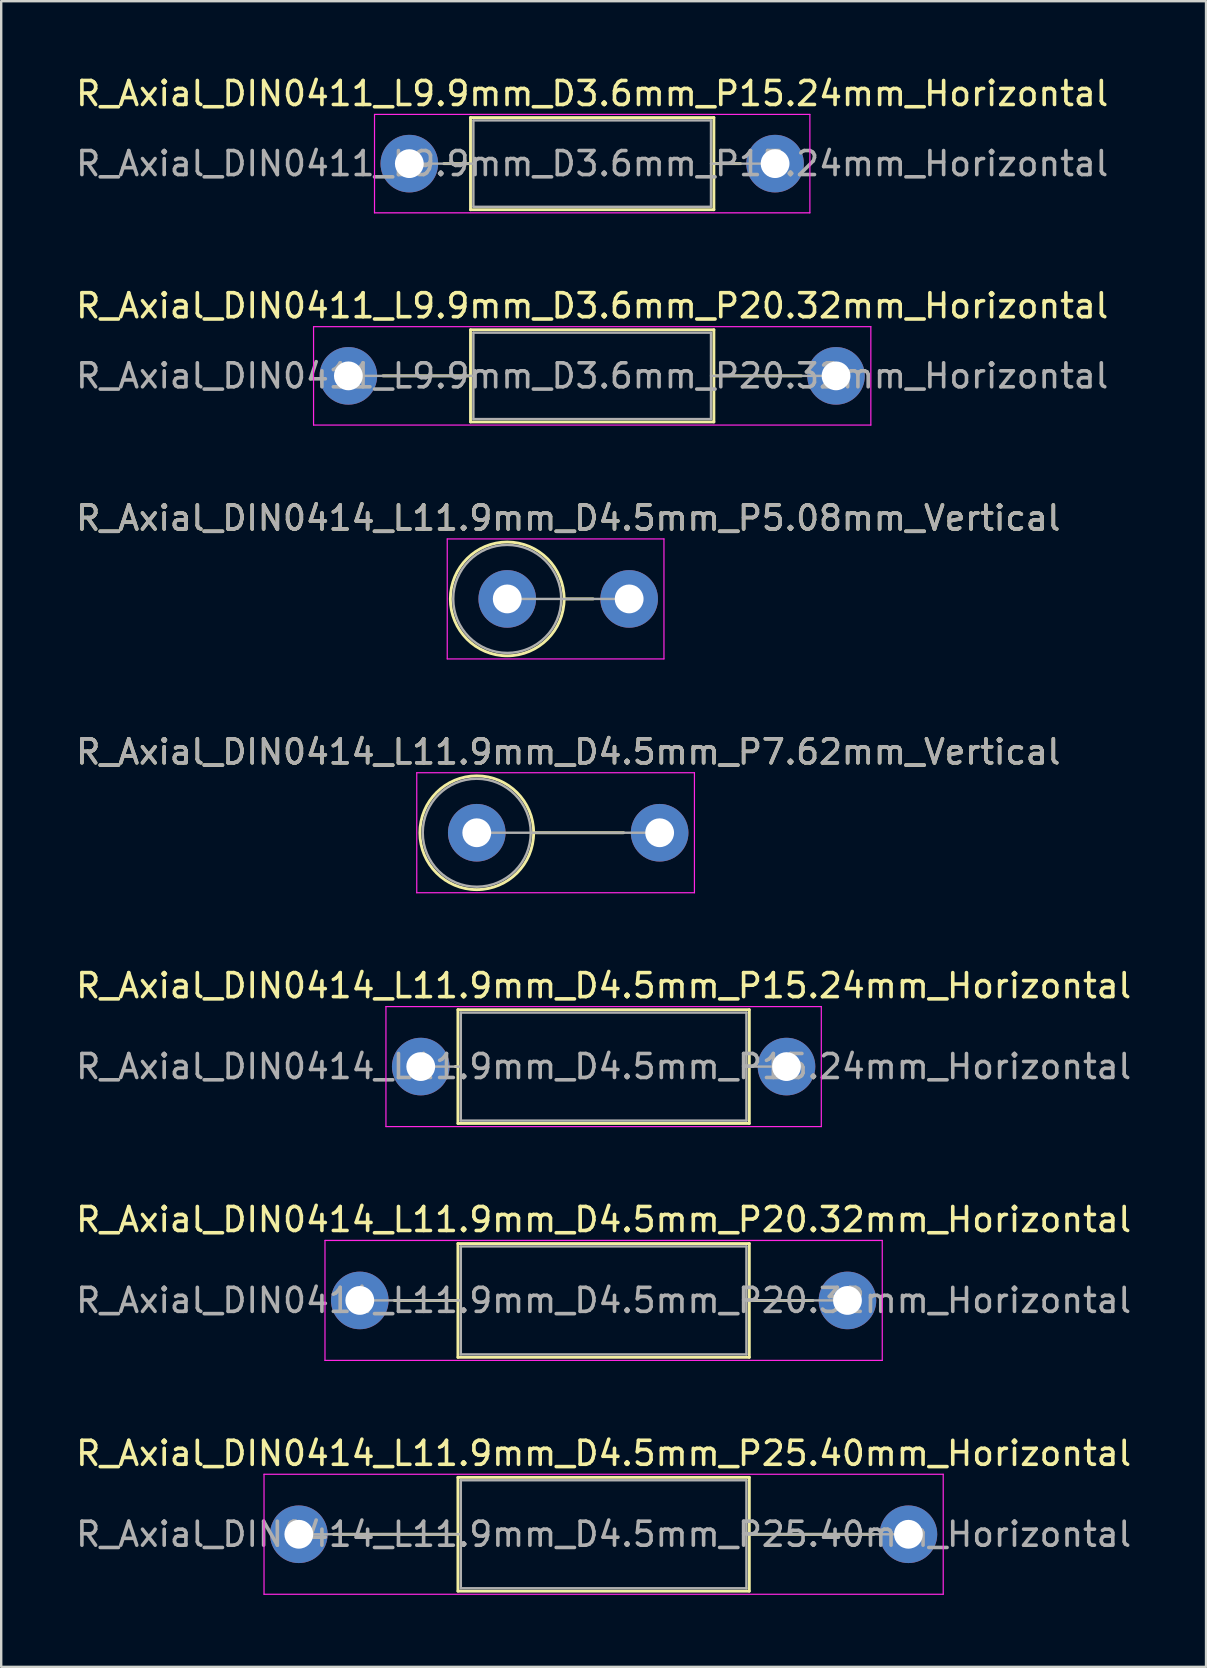
<source format=kicad_pcb>
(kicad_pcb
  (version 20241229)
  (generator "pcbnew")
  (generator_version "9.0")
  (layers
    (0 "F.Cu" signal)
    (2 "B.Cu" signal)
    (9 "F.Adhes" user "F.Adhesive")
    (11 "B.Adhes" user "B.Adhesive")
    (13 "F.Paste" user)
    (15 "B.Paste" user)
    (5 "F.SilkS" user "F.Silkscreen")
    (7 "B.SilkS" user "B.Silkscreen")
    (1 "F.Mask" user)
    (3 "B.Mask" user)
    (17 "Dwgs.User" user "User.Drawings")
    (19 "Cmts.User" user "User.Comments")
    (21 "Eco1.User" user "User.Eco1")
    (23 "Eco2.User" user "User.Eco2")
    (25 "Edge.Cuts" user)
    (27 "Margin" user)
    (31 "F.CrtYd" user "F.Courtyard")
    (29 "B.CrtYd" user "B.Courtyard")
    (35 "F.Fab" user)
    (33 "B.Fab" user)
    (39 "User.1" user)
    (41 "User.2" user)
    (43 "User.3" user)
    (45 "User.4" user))
  (footprint "R_Axial_DIN0411_L9.9mm_D3.6mm_P15.24mm_Horizontal"
    (layer "F.Cu")
    (at 14.005 3.768)
    (property "Reference" "R_Axial_DIN0411_L9.9mm_D3.6mm_P15.24mm_Horizontal" (at 7.62 -2.92 0) (layer "F.SilkS") (effects (font (size 1 1) (thickness 0.15))))
    (attr through_hole)
    (fp_line (start 1.44 0) (end 2.55 0) (stroke (width 0.12) (type solid)) (layer "F.SilkS"))
    (fp_line (start 2.55 -1.92) (end 2.55 1.92) (stroke (width 0.12) (type solid)) (layer "F.SilkS"))
    (fp_line (start 2.55 1.92) (end 12.69 1.92) (stroke (width 0.12) (type solid)) (layer "F.SilkS"))
    (fp_line (start 12.69 -1.92) (end 2.55 -1.92) (stroke (width 0.12) (type solid)) (layer "F.SilkS"))
    (fp_line (start 12.69 1.92) (end 12.69 -1.92) (stroke (width 0.12) (type solid)) (layer "F.SilkS"))
    (fp_line (start 13.8 0) (end 12.69 0) (stroke (width 0.12) (type solid)) (layer "F.SilkS"))
    (fp_line (start -1.45 -2.05) (end -1.45 2.05) (stroke (width 0.05) (type solid)) (layer "F.CrtYd"))
    (fp_line (start -1.45 2.05) (end 16.69 2.05) (stroke (width 0.05) (type solid)) (layer "F.CrtYd"))
    (fp_line (start 16.69 -2.05) (end -1.45 -2.05) (stroke (width 0.05) (type solid)) (layer "F.CrtYd"))
    (fp_line (start 16.69 2.05) (end 16.69 -2.05) (stroke (width 0.05) (type solid)) (layer "F.CrtYd"))
    (fp_line (start 0 0) (end 2.67 0) (stroke (width 0.1) (type solid)) (layer "F.Fab"))
    (fp_line (start 2.67 -1.8) (end 2.67 1.8) (stroke (width 0.1) (type solid)) (layer "F.Fab"))
    (fp_line (start 2.67 1.8) (end 12.57 1.8) (stroke (width 0.1) (type solid)) (layer "F.Fab"))
    (fp_line (start 12.57 -1.8) (end 2.67 -1.8) (stroke (width 0.1) (type solid)) (layer "F.Fab"))
    (fp_line (start 12.57 1.8) (end 12.57 -1.8) (stroke (width 0.1) (type solid)) (layer "F.Fab"))
    (fp_line (start 15.24 0) (end 12.57 0) (stroke (width 0.1) (type solid)) (layer "F.Fab"))
    (fp_text user "${REFERENCE}" (at 7.62 0 0) (layer "F.Fab") (effects (font (size 1 1) (thickness 0.15))))
    (pad "1" thru_hole circle (at 0 0) (size 2.4 2.4) (drill 1.2) (layers "*.Cu" "*.Mask"))
    (pad "2" thru_hole oval (at 15.24 0) (size 2.4 2.4) (drill 1.2) (layers "*.Cu" "*.Mask")))
  (footprint "R_Axial_DIN0414_L11.9mm_D4.5mm_P15.24mm_Horizontal"
    (layer "F.Cu")
    (at 14.481 41.391)
    (property "Reference" "R_Axial_DIN0414_L11.9mm_D4.5mm_P15.24mm_Horizontal" (at 7.62 -3.37 0) (layer "F.SilkS") (effects (font (size 1 1) (thickness 0.15))))
    (attr through_hole)
    (fp_line (start 1.44 0) (end 1.55 0) (stroke (width 0.12) (type solid)) (layer "F.SilkS"))
    (fp_line (start 1.55 -2.37) (end 1.55 2.37) (stroke (width 0.12) (type solid)) (layer "F.SilkS"))
    (fp_line (start 1.55 2.37) (end 13.69 2.37) (stroke (width 0.12) (type solid)) (layer "F.SilkS"))
    (fp_line (start 13.69 -2.37) (end 1.55 -2.37) (stroke (width 0.12) (type solid)) (layer "F.SilkS"))
    (fp_line (start 13.69 2.37) (end 13.69 -2.37) (stroke (width 0.12) (type solid)) (layer "F.SilkS"))
    (fp_line (start 13.8 0) (end 13.69 0) (stroke (width 0.12) (type solid)) (layer "F.SilkS"))
    (fp_line (start -1.45 -2.5) (end -1.45 2.5) (stroke (width 0.05) (type solid)) (layer "F.CrtYd"))
    (fp_line (start -1.45 2.5) (end 16.69 2.5) (stroke (width 0.05) (type solid)) (layer "F.CrtYd"))
    (fp_line (start 16.69 -2.5) (end -1.45 -2.5) (stroke (width 0.05) (type solid)) (layer "F.CrtYd"))
    (fp_line (start 16.69 2.5) (end 16.69 -2.5) (stroke (width 0.05) (type solid)) (layer "F.CrtYd"))
    (fp_line (start 0 0) (end 1.67 0) (stroke (width 0.1) (type solid)) (layer "F.Fab"))
    (fp_line (start 1.67 -2.25) (end 1.67 2.25) (stroke (width 0.1) (type solid)) (layer "F.Fab"))
    (fp_line (start 1.67 2.25) (end 13.57 2.25) (stroke (width 0.1) (type solid)) (layer "F.Fab"))
    (fp_line (start 13.57 -2.25) (end 1.67 -2.25) (stroke (width 0.1) (type solid)) (layer "F.Fab"))
    (fp_line (start 13.57 2.25) (end 13.57 -2.25) (stroke (width 0.1) (type solid)) (layer "F.Fab"))
    (fp_line (start 15.24 0) (end 13.57 0) (stroke (width 0.1) (type solid)) (layer "F.Fab"))
    (fp_text user "${REFERENCE}" (at 7.62 0 0) (layer "F.Fab") (effects (font (size 1 1) (thickness 0.15))))
    (pad "1" thru_hole circle (at 0 0) (size 2.4 2.4) (drill 1.2) (layers "*.Cu" "*.Mask"))
    (pad "2" thru_hole oval (at 15.24 0) (size 2.4 2.4) (drill 1.2) (layers "*.Cu" "*.Mask")))
  (footprint "R_Axial_DIN0411_L9.9mm_D3.6mm_P20.32mm_Horizontal"
    (layer "F.Cu")
    (at 11.465 12.611)
    (property "Reference" "R_Axial_DIN0411_L9.9mm_D3.6mm_P20.32mm_Horizontal" (at 10.16 -2.92 0) (layer "F.SilkS") (effects (font (size 1 1) (thickness 0.15))))
    (attr through_hole)
    (fp_line (start 1.44 0) (end 5.09 0) (stroke (width 0.12) (type solid)) (layer "F.SilkS"))
    (fp_line (start 5.09 -1.92) (end 5.09 1.92) (stroke (width 0.12) (type solid)) (layer "F.SilkS"))
    (fp_line (start 5.09 1.92) (end 15.23 1.92) (stroke (width 0.12) (type solid)) (layer "F.SilkS"))
    (fp_line (start 15.23 -1.92) (end 5.09 -1.92) (stroke (width 0.12) (type solid)) (layer "F.SilkS"))
    (fp_line (start 15.23 1.92) (end 15.23 -1.92) (stroke (width 0.12) (type solid)) (layer "F.SilkS"))
    (fp_line (start 18.88 0) (end 15.23 0) (stroke (width 0.12) (type solid)) (layer "F.SilkS"))
    (fp_line (start -1.45 -2.05) (end -1.45 2.05) (stroke (width 0.05) (type solid)) (layer "F.CrtYd"))
    (fp_line (start -1.45 2.05) (end 21.77 2.05) (stroke (width 0.05) (type solid)) (layer "F.CrtYd"))
    (fp_line (start 21.77 -2.05) (end -1.45 -2.05) (stroke (width 0.05) (type solid)) (layer "F.CrtYd"))
    (fp_line (start 21.77 2.05) (end 21.77 -2.05) (stroke (width 0.05) (type solid)) (layer "F.CrtYd"))
    (fp_line (start 0 0) (end 5.21 0) (stroke (width 0.1) (type solid)) (layer "F.Fab"))
    (fp_line (start 5.21 -1.8) (end 5.21 1.8) (stroke (width 0.1) (type solid)) (layer "F.Fab"))
    (fp_line (start 5.21 1.8) (end 15.11 1.8) (stroke (width 0.1) (type solid)) (layer "F.Fab"))
    (fp_line (start 15.11 -1.8) (end 5.21 -1.8) (stroke (width 0.1) (type solid)) (layer "F.Fab"))
    (fp_line (start 15.11 1.8) (end 15.11 -1.8) (stroke (width 0.1) (type solid)) (layer "F.Fab"))
    (fp_line (start 20.32 0) (end 15.11 0) (stroke (width 0.1) (type solid)) (layer "F.Fab"))
    (fp_text user "${REFERENCE}" (at 10.16 0 0) (layer "F.Fab") (effects (font (size 1 1) (thickness 0.15))))
    (pad "1" thru_hole circle (at 0 0) (size 2.4 2.4) (drill 1.2) (layers "*.Cu" "*.Mask"))
    (pad "2" thru_hole oval (at 20.32 0) (size 2.4 2.4) (drill 1.2) (layers "*.Cu" "*.Mask")))
  (footprint "R_Axial_DIN0414_L11.9mm_D4.5mm_P5.08mm_Vertical"
    (layer "F.Cu")
    (at 18.085 21.905)
    (property "Reference" "R_Axial_DIN0414_L11.9mm_D4.5mm_P5.08mm_Vertical" (at 2.54 -3.37 0) (layer "F.SilkS") (effects (font (size 1 1) (thickness 0.15))))
    (attr through_hole)
    (fp_line (start 2.37 0) (end 3.58 0) (stroke (width 0.12) (type solid)) (layer "F.SilkS"))
    (fp_circle (center 0 0) (end 2.37 0) (stroke (width 0.12) (type solid)) (fill no) (layer "F.SilkS"))
    (fp_line (start -2.5 -2.5) (end -2.5 2.5) (stroke (width 0.05) (type solid)) (layer "F.CrtYd"))
    (fp_line (start -2.5 2.5) (end 6.53 2.5) (stroke (width 0.05) (type solid)) (layer "F.CrtYd"))
    (fp_line (start 6.53 -2.5) (end -2.5 -2.5) (stroke (width 0.05) (type solid)) (layer "F.CrtYd"))
    (fp_line (start 6.53 2.5) (end 6.53 -2.5) (stroke (width 0.05) (type solid)) (layer "F.CrtYd"))
    (fp_line (start 0 0) (end 5.08 0) (stroke (width 0.1) (type solid)) (layer "F.Fab"))
    (fp_circle (center 0 0) (end 2.25 0) (stroke (width 0.1) (type solid)) (fill no) (layer "F.Fab"))
    (fp_text user "${REFERENCE}" (at 2.54 -3.37 0) (layer "F.Fab") (effects (font (size 1 1) (thickness 0.15))))
    (pad "1" thru_hole circle (at 0 0) (size 2.4 2.4) (drill 1.2) (layers "*.Cu" "*.Mask"))
    (pad "2" thru_hole oval (at 5.08 0) (size 2.4 2.4) (drill 1.2) (layers "*.Cu" "*.Mask")))
  (footprint "R_Axial_DIN0414_L11.9mm_D4.5mm_P7.62mm_Vertical"
    (layer "F.Cu")
    (at 16.815 31.648)
    (property "Reference" "R_Axial_DIN0414_L11.9mm_D4.5mm_P7.62mm_Vertical" (at 3.81 -3.37 0) (layer "F.SilkS") (effects (font (size 1 1) (thickness 0.15))))
    (attr through_hole)
    (fp_line (start 2.37 0) (end 6.12 0) (stroke (width 0.12) (type solid)) (layer "F.SilkS"))
    (fp_circle (center 0 0) (end 2.37 0) (stroke (width 0.12) (type solid)) (fill no) (layer "F.SilkS"))
    (fp_line (start -2.5 -2.5) (end -2.5 2.5) (stroke (width 0.05) (type solid)) (layer "F.CrtYd"))
    (fp_line (start -2.5 2.5) (end 9.07 2.5) (stroke (width 0.05) (type solid)) (layer "F.CrtYd"))
    (fp_line (start 9.07 -2.5) (end -2.5 -2.5) (stroke (width 0.05) (type solid)) (layer "F.CrtYd"))
    (fp_line (start 9.07 2.5) (end 9.07 -2.5) (stroke (width 0.05) (type solid)) (layer "F.CrtYd"))
    (fp_line (start 0 0) (end 7.62 0) (stroke (width 0.1) (type solid)) (layer "F.Fab"))
    (fp_circle (center 0 0) (end 2.25 0) (stroke (width 0.1) (type solid)) (fill no) (layer "F.Fab"))
    (fp_text user "${REFERENCE}" (at 3.81 -3.37 0) (layer "F.Fab") (effects (font (size 1 1) (thickness 0.15))))
    (pad "1" thru_hole circle (at 0 0) (size 2.4 2.4) (drill 1.2) (layers "*.Cu" "*.Mask"))
    (pad "2" thru_hole oval (at 7.62 0) (size 2.4 2.4) (drill 1.2) (layers "*.Cu" "*.Mask")))
  (footprint "R_Axial_DIN0414_L11.9mm_D4.5mm_P25.40mm_Horizontal"
    (layer "F.Cu")
    (at 9.401 60.878)
    (property "Reference" "R_Axial_DIN0414_L11.9mm_D4.5mm_P25.40mm_Horizontal" (at 12.7 -3.37 0) (layer "F.SilkS") (effects (font (size 1 1) (thickness 0.15))))
    (attr through_hole)
    (fp_line (start 1.44 0) (end 6.63 0) (stroke (width 0.12) (type solid)) (layer "F.SilkS"))
    (fp_line (start 6.63 -2.37) (end 6.63 2.37) (stroke (width 0.12) (type solid)) (layer "F.SilkS"))
    (fp_line (start 6.63 2.37) (end 18.77 2.37) (stroke (width 0.12) (type solid)) (layer "F.SilkS"))
    (fp_line (start 18.77 -2.37) (end 6.63 -2.37) (stroke (width 0.12) (type solid)) (layer "F.SilkS"))
    (fp_line (start 18.77 2.37) (end 18.77 -2.37) (stroke (width 0.12) (type solid)) (layer "F.SilkS"))
    (fp_line (start 23.96 0) (end 18.77 0) (stroke (width 0.12) (type solid)) (layer "F.SilkS"))
    (fp_line (start -1.45 -2.5) (end -1.45 2.5) (stroke (width 0.05) (type solid)) (layer "F.CrtYd"))
    (fp_line (start -1.45 2.5) (end 26.85 2.5) (stroke (width 0.05) (type solid)) (layer "F.CrtYd"))
    (fp_line (start 26.85 -2.5) (end -1.45 -2.5) (stroke (width 0.05) (type solid)) (layer "F.CrtYd"))
    (fp_line (start 26.85 2.5) (end 26.85 -2.5) (stroke (width 0.05) (type solid)) (layer "F.CrtYd"))
    (fp_line (start 0 0) (end 6.75 0) (stroke (width 0.1) (type solid)) (layer "F.Fab"))
    (fp_line (start 6.75 -2.25) (end 6.75 2.25) (stroke (width 0.1) (type solid)) (layer "F.Fab"))
    (fp_line (start 6.75 2.25) (end 18.65 2.25) (stroke (width 0.1) (type solid)) (layer "F.Fab"))
    (fp_line (start 18.65 -2.25) (end 6.75 -2.25) (stroke (width 0.1) (type solid)) (layer "F.Fab"))
    (fp_line (start 18.65 2.25) (end 18.65 -2.25) (stroke (width 0.1) (type solid)) (layer "F.Fab"))
    (fp_line (start 25.4 0) (end 18.65 0) (stroke (width 0.1) (type solid)) (layer "F.Fab"))
    (fp_text user "${REFERENCE}" (at 12.7 0 0) (layer "F.Fab") (effects (font (size 1 1) (thickness 0.15))))
    (pad "1" thru_hole circle (at 0 0) (size 2.4 2.4) (drill 1.2) (layers "*.Cu" "*.Mask"))
    (pad "2" thru_hole oval (at 25.4 0) (size 2.4 2.4) (drill 1.2) (layers "*.Cu" "*.Mask")))
  (footprint "R_Axial_DIN0414_L11.9mm_D4.5mm_P20.32mm_Horizontal"
    (layer "F.Cu")
    (at 11.941 51.135)
    (property "Reference" "R_Axial_DIN0414_L11.9mm_D4.5mm_P20.32mm_Horizontal" (at 10.16 -3.37 0) (layer "F.SilkS") (effects (font (size 1 1) (thickness 0.15))))
    (attr through_hole)
    (fp_line (start 1.44 0) (end 4.09 0) (stroke (width 0.12) (type solid)) (layer "F.SilkS"))
    (fp_line (start 4.09 -2.37) (end 4.09 2.37) (stroke (width 0.12) (type solid)) (layer "F.SilkS"))
    (fp_line (start 4.09 2.37) (end 16.23 2.37) (stroke (width 0.12) (type solid)) (layer "F.SilkS"))
    (fp_line (start 16.23 -2.37) (end 4.09 -2.37) (stroke (width 0.12) (type solid)) (layer "F.SilkS"))
    (fp_line (start 16.23 2.37) (end 16.23 -2.37) (stroke (width 0.12) (type solid)) (layer "F.SilkS"))
    (fp_line (start 18.88 0) (end 16.23 0) (stroke (width 0.12) (type solid)) (layer "F.SilkS"))
    (fp_line (start -1.45 -2.5) (end -1.45 2.5) (stroke (width 0.05) (type solid)) (layer "F.CrtYd"))
    (fp_line (start -1.45 2.5) (end 21.77 2.5) (stroke (width 0.05) (type solid)) (layer "F.CrtYd"))
    (fp_line (start 21.77 -2.5) (end -1.45 -2.5) (stroke (width 0.05) (type solid)) (layer "F.CrtYd"))
    (fp_line (start 21.77 2.5) (end 21.77 -2.5) (stroke (width 0.05) (type solid)) (layer "F.CrtYd"))
    (fp_line (start 0 0) (end 4.21 0) (stroke (width 0.1) (type solid)) (layer "F.Fab"))
    (fp_line (start 4.21 -2.25) (end 4.21 2.25) (stroke (width 0.1) (type solid)) (layer "F.Fab"))
    (fp_line (start 4.21 2.25) (end 16.11 2.25) (stroke (width 0.1) (type solid)) (layer "F.Fab"))
    (fp_line (start 16.11 -2.25) (end 4.21 -2.25) (stroke (width 0.1) (type solid)) (layer "F.Fab"))
    (fp_line (start 16.11 2.25) (end 16.11 -2.25) (stroke (width 0.1) (type solid)) (layer "F.Fab"))
    (fp_line (start 20.32 0) (end 16.11 0) (stroke (width 0.1) (type solid)) (layer "F.Fab"))
    (fp_text user "${REFERENCE}" (at 10.16 0 0) (layer "F.Fab") (effects (font (size 1 1) (thickness 0.15))))
    (pad "1" thru_hole circle (at 0 0) (size 2.4 2.4) (drill 1.2) (layers "*.Cu" "*.Mask"))
    (pad "2" thru_hole oval (at 20.32 0) (size 2.4 2.4) (drill 1.2) (layers "*.Cu" "*.Mask")))
  (gr_rect
    (start -3 -3)
    (end 47.202 66.403)
    (stroke (width 0.1) (type default))
    (fill no)
    (layer "Edge.Cuts")))
</source>
